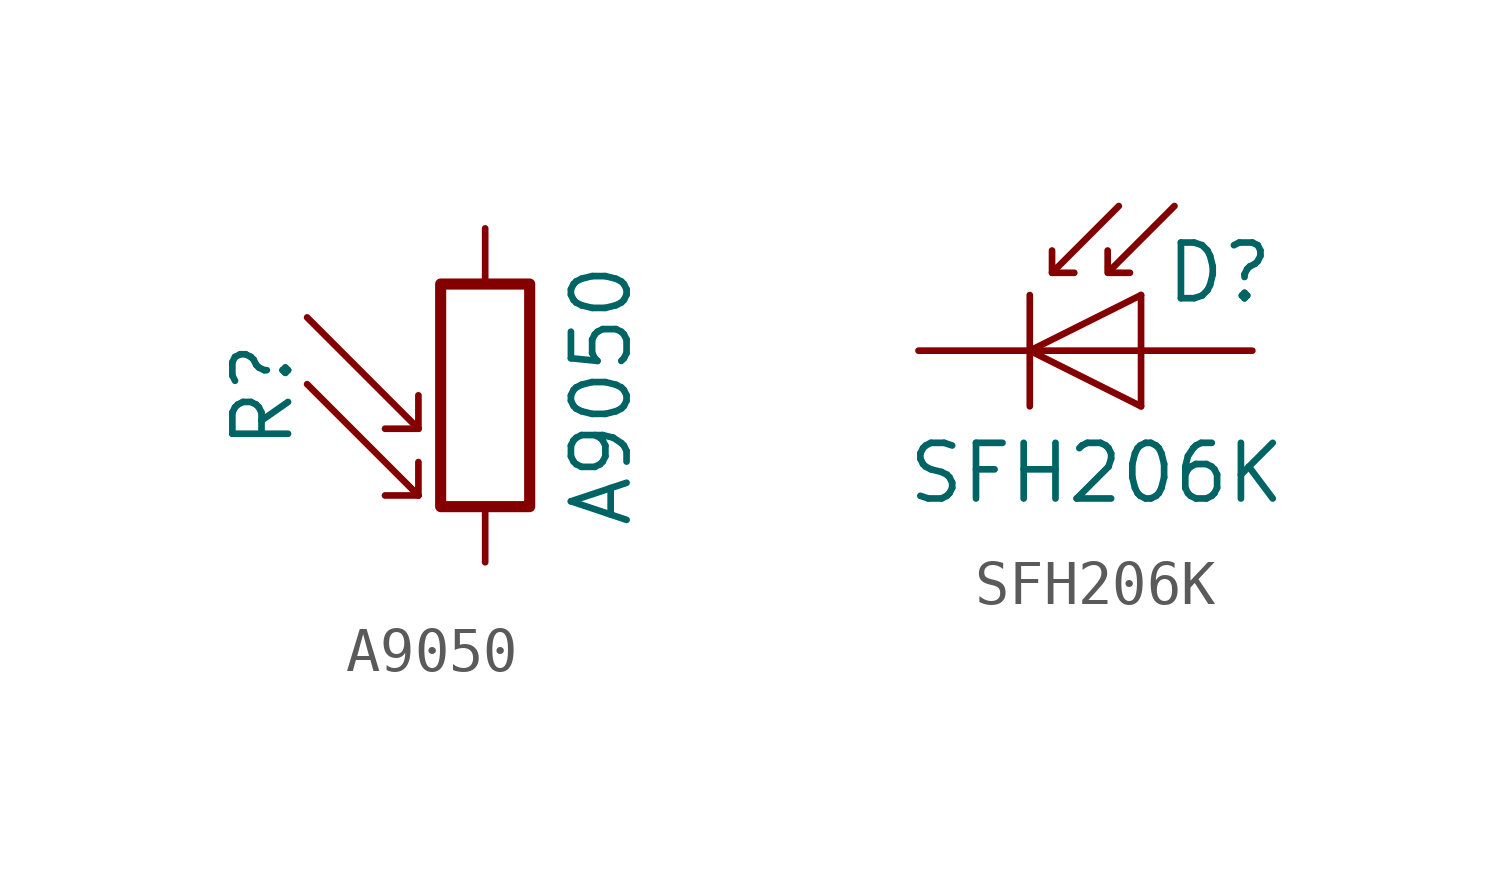
<source format=kicad_sym>
(kicad_symbol_lib
  (version 20220914)
  (generator kicad_symbol_editor)
  (symbol "A9050"
    (pin_numbers hide)
    (pin_names
      (offset 0))
    (property "Reference" "R"
      (at -5.08 0 90)
      (effects (font (size 1.27 1.27))))
    (property "Value" "A9050"
      (at 1.905 0 90)
      (effects (font (size 1.27 1.27)) (justify top)))
    (symbol "A9050_0_1"
      (rectangle (start -1.016 2.54) (end 1.016 -2.54) (stroke (width 0.254) (type default)) (fill (type none)))
      (polyline (pts (xy -1.524 -2.286) (xy -4.064 0.254)) (stroke (width 0) (type default)) (fill (type none)))
      (polyline (pts (xy -1.524 -2.286) (xy -2.286 -2.286)) (stroke (width 0) (type default)) (fill (type none)))
      (polyline (pts (xy -1.524 -2.286) (xy -1.524 -1.524)) (stroke (width 0) (type default)) (fill (type none)))
      (polyline (pts (xy -1.524 -0.762) (xy -4.064 1.778)) (stroke (width 0) (type default)) (fill (type none)))
      (polyline (pts (xy -1.524 -0.762) (xy -2.286 -0.762)) (stroke (width 0) (type default)) (fill (type none)))
      (polyline (pts (xy -1.524 -0.762) (xy -1.524 0)) (stroke (width 0) (type default)) (fill (type none))))
    (symbol "A9050_1_1"
      (pin passive line (at 0 3.81 270) (length 1.27) (name "~" (effects (font (size 1.27 1.27)))) (number "1" (effects (font (size 1.27 1.27)))))
      (pin passive line (at 0 -3.81 90) (length 1.27) (name "~" (effects (font (size 1.27 1.27)))) (number "2" (effects (font (size 1.27 1.27)))))))
  (symbol "SFH206K"
    (pin_numbers hide)
    (pin_names hide)
    (property "Reference" "D"
      (at 0.508 1.778 0)
      (effects (font (size 1.27 1.27)) (justify left)))
    (property "Value" "SFH206K"
      (at -1.016 -2.794 0)
      (effects (font (size 1.27 1.27))))
    (symbol "SFH206K_0_1"
      (polyline (pts (xy -2.54 1.27) (xy -2.54 -1.27)) (stroke (width 0.152) (type default)) (fill (type none)))
      (polyline (pts (xy -2.032 1.778) (xy -1.524 1.778)) (stroke (width 0) (type default)) (fill (type none)))
      (polyline (pts (xy 0 -1.27) (xy 0 1.27)) (stroke (width 0) (type default)) (fill (type none)))
      (polyline (pts (xy 0 0) (xy -2.54 0)) (stroke (width 0) (type default)) (fill (type none)))
      (polyline (pts (xy -0.508 3.302) (xy -2.032 1.778) (xy -2.032 2.286)) (stroke (width 0) (type default)) (fill (type none)))
      (polyline (pts (xy 0 1.27) (xy -2.54 0) (xy 0 -1.27)) (stroke (width 0) (type default)) (fill (type none)))
      (polyline (pts (xy 0.762 3.302) (xy -0.762 1.778) (xy -0.762 2.286) (xy -0.762 1.778) (xy -0.254 1.778)) (stroke (width 0) (type default)) (fill (type none))))
    (symbol "SFH206K_1_1"
      (pin passive line (at -5.08 0 0) (length 2.54) (name "K" (effects (font (size 1.27 1.27)))) (number "1" (effects (font (size 1.27 1.27)))))
      (pin passive line (at 2.54 0 180) (length 2.54) (name "A" (effects (font (size 1.27 1.27)))) (number "2" (effects (font (size 1.27 1.27))))))))
</source>
